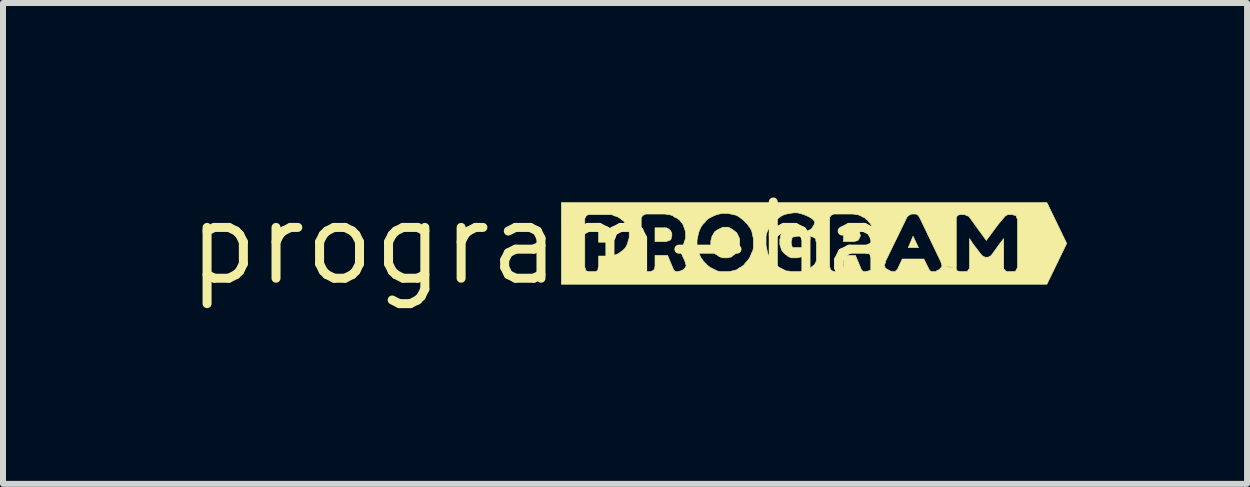
<source format=kicad_pcb>
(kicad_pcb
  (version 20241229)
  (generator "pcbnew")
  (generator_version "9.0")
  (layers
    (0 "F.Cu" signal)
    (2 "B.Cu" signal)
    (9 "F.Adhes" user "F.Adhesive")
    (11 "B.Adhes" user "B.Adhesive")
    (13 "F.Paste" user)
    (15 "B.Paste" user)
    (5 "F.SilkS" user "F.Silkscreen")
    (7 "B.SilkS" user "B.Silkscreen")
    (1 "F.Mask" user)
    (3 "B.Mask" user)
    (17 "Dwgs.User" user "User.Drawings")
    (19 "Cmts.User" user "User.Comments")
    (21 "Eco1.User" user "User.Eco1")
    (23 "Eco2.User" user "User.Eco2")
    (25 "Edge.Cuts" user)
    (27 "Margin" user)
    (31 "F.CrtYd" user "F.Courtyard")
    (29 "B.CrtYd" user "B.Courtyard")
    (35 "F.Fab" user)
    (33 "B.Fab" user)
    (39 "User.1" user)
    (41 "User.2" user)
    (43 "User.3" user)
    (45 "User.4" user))
  (footprint "program-ha"
    (layer "F.Cu")
    (at 5.964 1.006)
    (property "Reference" "program-ha" (at 0 0 0) (layer "F.SilkS") (effects (font (size 1.27 1.27) (thickness 0.15))))
    (attr board_only exclude_from_pos_files exclude_from_bom)
    (fp_poly (pts (xy 6.2 -0.12) (xy 6.12 0.07) (xy 6.29 0.07) (xy 6.2 -0.12)) (stroke (width 0.01) (type solid)) (fill yes) (layer "F.SilkS"))
    (fp_poly (pts (xy 1.17 -0.02) (xy 1.2 -0.05) (xy 1.22 -0.06) (xy 1.23 -0.08) (xy 1.24 -0.1) (xy 1.24 -0.13) (xy 1.24 -0.16) (xy 1.23 -0.19) (xy 1.21 -0.21) (xy 1.2 -0.22) (xy 1.18 -0.24) (xy 1.16 -0.24) (xy 1.14 -0.25) (xy 1.13 -0.25) (xy 0.96 -0.25) (xy 0.96 -0.02) (xy 1.16 -0.02) (xy 1.17 -0.02)) (stroke (width 0.01) (type solid)) (fill yes) (layer "F.SilkS"))
    (fp_poly (pts (xy 1.9 -0.03) (xy 2.08 -0.03) (xy 2.11 -0.04) (xy 2.14 -0.05) (xy 2.16 -0.06) (xy 2.17 -0.08) (xy 2.17 -0.1) (xy 2.18 -0.12) (xy 2.18 -0.14) (xy 2.18 -0.17) (xy 2.17 -0.19) (xy 2.16 -0.21) (xy 2.15 -0.22) (xy 2.13 -0.24) (xy 2.11 -0.25) (xy 2.09 -0.26) (xy 2.07 -0.26) (xy 1.9 -0.26) (xy 1.9 -0.03)) (stroke (width 0.01) (type solid)) (fill yes) (layer "F.SilkS"))
    (fp_poly (pts (xy 5.04 -0.03) (xy 5.21 -0.03) (xy 5.25 -0.04) (xy 5.28 -0.05) (xy 5.29 -0.06) (xy 5.3 -0.08) (xy 5.31 -0.1) (xy 5.32 -0.12) (xy 5.32 -0.14) (xy 5.31 -0.17) (xy 5.31 -0.19) (xy 5.3 -0.21) (xy 5.28 -0.22) (xy 5.26 -0.24) (xy 5.24 -0.25) (xy 5.22 -0.26) (xy 5.2 -0.26) (xy 5.04 -0.26) (xy 5.04 -0.03)) (stroke (width 0.01) (type solid)) (fill yes) (layer "F.SilkS"))
    (fp_poly (pts (xy 2.83 0.1) (xy 2.91 0.18) (xy 2.93 0.19) (xy 2.97 0.22) (xy 3 0.23) (xy 3.03 0.24) (xy 3.05 0.24) (xy 3.07 0.24) (xy 3.09 0.24) (xy 3.12 0.24) (xy 3.14 0.23) (xy 3.16 0.23) (xy 3.18 0.22) (xy 3.2 0.2) (xy 3.22 0.19) (xy 3.24 0.17) (xy 3.26 0.15) (xy 3.27 0.13) (xy 3.29 0.11) (xy 3.29 0.09) (xy 3.3 0.07) (xy 3.31 0.04) (xy 3.31 0.02) (xy 3.31 -0.01) (xy 3.31 -0.04) (xy 3.31 -0.07) (xy 3.3 -0.1) (xy 3.29 -0.12) (xy 3.28 -0.14) (xy 3.27 -0.16) (xy 3.26 -0.18) (xy 3.22 -0.21) (xy 3.18 -0.24) (xy 3.16 -0.25) (xy 3.14 -0.26) (xy 3.12 -0.27) (xy 3.1 -0.27) (xy 3.07 -0.27) (xy 3.05 -0.27) (xy 3.03 -0.27) (xy 3.01 -0.26) (xy 2.99 -0.25) (xy 2.97 -0.24) (xy 2.93 -0.22) (xy 2.89 -0.19) (xy 2.87 -0.15) (xy 2.85 -0.12) (xy 2.84 -0.08) (xy 2.83 -0.04) (xy 2.83 0.1)) (stroke (width 0.01) (type solid)) (fill yes) (layer "F.SilkS"))
    (fp_poly (pts (xy 0.68 -0.68) (xy 0.34 -0.68) (xy 0.34 0.68) (xy 8.43 0.68) (xy 8.76 0) (xy 8.43 -0.68) (xy 0.68 -0.68) (xy 0.77 -0.47) (xy 0.79 -0.48) (xy 0.81 -0.48) (xy 0.84 -0.48) (xy 1.14 -0.48) (xy 1.18 -0.48) (xy 1.22 -0.46) (xy 1.26 -0.45) (xy 1.3 -0.43) (xy 1.34 -0.4) (xy 1.38 -0.37) (xy 1.4 -0.34) (xy 1.42 -0.31) (xy 1.67 -0.42) (xy 1.67 -0.43) (xy 1.68 -0.44) (xy 1.69 -0.46) (xy 1.7 -0.47) (xy 1.71 -0.47) (xy 1.72 -0.48) (xy 1.75 -0.49) (xy 1.77 -0.49) (xy 2.07 -0.49) (xy 2.11 -0.48) (xy 2.14 -0.48) (xy 2.17 -0.47) (xy 2.2 -0.46) (xy 2.22 -0.44) (xy 2.25 -0.43) (xy 2.28 -0.41) (xy 2.31 -0.39) (xy 2.33 -0.36) (xy 2.35 -0.34) (xy 2.37 -0.31) (xy 2.38 -0.28) (xy 2.39 -0.25) (xy 2.4 -0.22) (xy 2.41 -0.19) (xy 2.41 -0.16) (xy 2.41 -0.13) (xy 2.41 -0.09) (xy 2.6 -0.05) (xy 2.61 -0.1) (xy 2.62 -0.15) (xy 2.63 -0.19) (xy 2.65 -0.24) (xy 2.67 -0.28) (xy 2.7 -0.32) (xy 2.73 -0.35) (xy 2.76 -0.39) (xy 2.8 -0.42) (xy 2.84 -0.44) (xy 2.88 -0.46) (xy 2.93 -0.48) (xy 2.97 -0.49) (xy 3.02 -0.5) (xy 3.07 -0.5) (xy 3.12 -0.5) (xy 3.16 -0.49) (xy 3.21 -0.48) (xy 3.25 -0.47) (xy 3.29 -0.45) (xy 3.33 -0.42) (xy 3.37 -0.39) (xy 3.4 -0.36) (xy 3.44 -0.32) (xy 3.46 -0.29) (xy 3.49 -0.25) (xy 3.51 -0.21) (xy 3.52 -0.17) (xy 3.53 -0.12) (xy 3.54 -0.08) (xy 3.54 -0.03) (xy 3.75 -0.02) (xy 3.75 -0.07) (xy 3.75 -0.12) (xy 3.76 -0.17) (xy 3.78 -0.22) (xy 3.81 -0.27) (xy 3.84 -0.32) (xy 3.88 -0.36) (xy 3.93 -0.4) (xy 3.98 -0.44) (xy 4.03 -0.47) (xy 4.09 -0.49) (xy 4.15 -0.5) (xy 4.21 -0.51) (xy 4.27 -0.51) (xy 4.32 -0.5) (xy 4.38 -0.48) (xy 4.43 -0.46) (xy 4.49 -0.43) (xy 4.52 -0.41) (xy 4.53 -0.4) (xy 4.55 -0.38) (xy 4.56 -0.36) (xy 4.56 -0.34) (xy 4.55 -0.31) (xy 4.53 -0.28) (xy 4.52 -0.26) (xy 4.49 -0.23) (xy 4.46 -0.22) (xy 4.45 -0.21) (xy 4.44 -0.21) (xy 4.42 -0.21) (xy 4.39 -0.23) (xy 4.33 -0.26) (xy 4.31 -0.27) (xy 4.29 -0.27) (xy 4.24 -0.28) (xy 4.19 -0.28) (xy 4.16 -0.27) (xy 4.13 -0.26) (xy 4.11 -0.25) (xy 4.08 -0.24) (xy 4.06 -0.22) (xy 4.04 -0.2) (xy 4.02 -0.18) (xy 4.01 -0.16) (xy 3.99 -0.13) (xy 3.99 -0.1) (xy 3.98 -0.07) (xy 3.98 -0.04) (xy 3.98 -0.01) (xy 3.98 0.02) (xy 3.99 0.05) (xy 4 0.08) (xy 4.01 0.11) (xy 4.03 0.14) (xy 4.05 0.16) (xy 4.07 0.18) (xy 4.1 0.2) (xy 4.12 0.22) (xy 4.15 0.23) (xy 4.17 0.24) (xy 4.22 0.24) (xy 4.27 0.24) (xy 4.31 0.23) (xy 4.36 0.22) (xy 4.36 0.07) (xy 4.25 0.07) (xy 4.22 0.07) (xy 4.2 0.07) (xy 4.19 0.06) (xy 4.18 0.05) (xy 4.18 0.04) (xy 4.17 0.01) (xy 4.17 -0.04) (xy 4.18 -0.06) (xy 4.18 -0.09) (xy 4.19 -0.1) (xy 4.21 -0.11) (xy 4.23 -0.11) (xy 4.26 -0.12) (xy 4.49 -0.12) (xy 4.52 -0.11) (xy 4.54 -0.1) (xy 4.55 -0.1) (xy 4.57 -0.08) (xy 4.58 -0.07) (xy 4.58 -0.06) (xy 4.58 -0.04) (xy 4.59 -0.02) (xy 4.59 0.29) (xy 4.58 0.31) (xy 4.81 0.36) (xy 4.81 -0.42) (xy 4.81 -0.43) (xy 4.81 -0.44) (xy 4.83 -0.46) (xy 4.83 -0.47) (xy 4.84 -0.47) (xy 4.86 -0.48) (xy 4.88 -0.49) (xy 4.91 -0.49) (xy 5.2 -0.49) (xy 5.25 -0.48) (xy 5.28 -0.48) (xy 5.3 -0.47) (xy 5.33 -0.46) (xy 5.36 -0.44) (xy 5.39 -0.43) (xy 5.41 -0.41) (xy 5.44 -0.39) (xy 5.46 -0.36) (xy 5.48 -0.34) (xy 5.5 -0.31) (xy 5.52 -0.28) (xy 5.53 -0.25) (xy 5.54 -0.22) (xy 5.54 -0.19) (xy 5.55 -0.16) (xy 5.55 -0.13) (xy 5.54 -0.09) (xy 5.54 -0.06) (xy 5.53 -0.03) (xy 5.52 0) (xy 5.5 0.03) (xy 5.49 0.05) (xy 5.47 0.08) (xy 5.45 0.1) (xy 5.48 0.19) (xy 5.53 0.3) (xy 5.55 0.34) (xy 5.55 0.37) (xy 5.72 0.37) (xy 5.72 0.36) (xy 5.74 0.32) (xy 5.74 0.3) (xy 6.1 -0.44) (xy 6.12 -0.46) (xy 6.15 -0.48) (xy 6.18 -0.49) (xy 6.21 -0.49) (xy 6.24 -0.49) (xy 6.27 -0.48) (xy 6.29 -0.46) (xy 6.31 -0.43) (xy 6.66 0.3) (xy 6.67 0.33) (xy 6.68 0.36) (xy 6.68 0.38) (xy 6.92 0.4) (xy 6.92 -0.41) (xy 6.92 -0.42) (xy 6.92 -0.43) (xy 6.93 -0.45) (xy 6.94 -0.46) (xy 6.95 -0.47) (xy 6.98 -0.48) (xy 7 -0.48) (xy 7.04 -0.48) (xy 7.06 -0.48) (xy 7.08 -0.47) (xy 7.13 -0.45) (xy 7.42 -0.05) (xy 7.62 -0.32) (xy 7.73 -0.45) (xy 7.74 -0.46) (xy 7.76 -0.47) (xy 7.78 -0.48) (xy 7.82 -0.48) (xy 7.86 -0.48) (xy 7.88 -0.47) (xy 7.9 -0.47) (xy 7.92 -0.46) (xy 7.92 -0.44) (xy 7.93 -0.42) (xy 7.94 -0.41) (xy 7.94 0.36) (xy 7.94 0.4) (xy 7.93 0.42) (xy 7.92 0.44) (xy 7.91 0.46) (xy 7.89 0.47) (xy 7.87 0.47) (xy 7.83 0.47) (xy 7.79 0.47) (xy 7.76 0.47) (xy 7.74 0.46) (xy 7.73 0.44) (xy 7.71 0.43) (xy 7.71 0.4) (xy 7.71 0.37) (xy 7.71 -0.08) (xy 7.64 0.01) (xy 7.51 0.19) (xy 7.49 0.21) (xy 7.47 0.22) (xy 7.45 0.23) (xy 7.43 0.23) (xy 7.4 0.23) (xy 7.38 0.22) (xy 7.36 0.21) (xy 7.34 0.19) (xy 7.33 0.18) (xy 7.2 0.01) (xy 7.14 -0.08) (xy 7.14 0.41) (xy 7.14 0.42) (xy 7.12 0.44) (xy 7.11 0.46) (xy 7.09 0.47) (xy 7.06 0.47) (xy 7.02 0.47) (xy 6.98 0.47) (xy 6.95 0.46) (xy 6.94 0.46) (xy 6.93 0.45) (xy 6.92 0.43) (xy 6.92 0.41) (xy 6.68 0.38) (xy 6.67 0.4) (xy 6.66 0.41) (xy 6.64 0.43) (xy 6.63 0.44) (xy 6.6 0.45) (xy 6.58 0.47) (xy 6.55 0.47) (xy 6.53 0.47) (xy 6.52 0.47) (xy 6.5 0.47) (xy 6.49 0.46) (xy 6.48 0.45) (xy 6.47 0.44) (xy 6.45 0.4) (xy 6.38 0.26) (xy 6.02 0.26) (xy 5.94 0.43) (xy 5.93 0.44) (xy 5.91 0.46) (xy 5.9 0.47) (xy 5.88 0.47) (xy 5.87 0.47) (xy 5.86 0.47) (xy 5.82 0.46) (xy 5.77 0.43) (xy 5.75 0.42) (xy 5.74 0.41) (xy 5.73 0.4) (xy 5.73 0.38) (xy 5.72 0.37) (xy 5.55 0.37) (xy 5.55 0.39) (xy 5.54 0.41) (xy 5.52 0.42) (xy 5.51 0.44) (xy 5.45 0.46) (xy 5.42 0.47) (xy 5.4 0.47) (xy 5.39 0.47) (xy 5.38 0.47) (xy 5.36 0.46) (xy 5.35 0.45) (xy 5.34 0.44) (xy 5.24 0.2) (xy 5.04 0.2) (xy 5.04 0.38) (xy 5.03 0.42) (xy 5.03 0.43) (xy 5.02 0.44) (xy 5.01 0.45) (xy 4.98 0.46) (xy 4.96 0.47) (xy 4.92 0.47) (xy 4.89 0.47) (xy 4.86 0.46) (xy 4.84 0.45) (xy 4.83 0.44) (xy 4.82 0.43) (xy 4.82 0.42) (xy 4.81 0.39) (xy 4.81 0.36) (xy 4.58 0.31) (xy 4.57 0.33) (xy 4.56 0.35) (xy 4.54 0.37) (xy 4.51 0.39) (xy 4.49 0.41) (xy 4.46 0.43) (xy 4.43 0.44) (xy 4.4 0.45) (xy 4.36 0.46) (xy 4.32 0.47) (xy 4.28 0.47) (xy 4.24 0.47) (xy 4.2 0.47) (xy 4.16 0.47) (xy 4.13 0.46) (xy 4.09 0.46) (xy 4.05 0.44) (xy 4.01 0.42) (xy 3.97 0.4) (xy 3.93 0.37) (xy 3.89 0.33) (xy 3.86 0.29) (xy 3.83 0.25) (xy 3.8 0.21) (xy 3.78 0.17) (xy 3.77 0.13) (xy 3.76 0.08) (xy 3.75 0.03) (xy 3.75 -0.02) (xy 3.54 -0.03) (xy 3.54 0.02) (xy 3.54 0.07) (xy 3.53 0.12) (xy 3.51 0.16) (xy 3.49 0.21) (xy 3.47 0.25) (xy 3.44 0.29) (xy 3.41 0.32) (xy 3.38 0.36) (xy 3.34 0.39) (xy 3.3 0.41) (xy 3.26 0.44) (xy 3.22 0.45) (xy 3.18 0.46) (xy 3.13 0.47) (xy 3.08 0.47) (xy 3.03 0.47) (xy 2.99 0.47) (xy 2.94 0.46) (xy 2.9 0.44) (xy 2.86 0.42) (xy 2.82 0.4) (xy 2.78 0.37) (xy 2.75 0.34) (xy 2.71 0.3) (xy 2.69 0.27) (xy 2.66 0.23) (xy 2.64 0.18) (xy 2.62 0.14) (xy 2.61 0.1) (xy 2.6 0.05) (xy 2.6 0) (xy 2.6 -0.05) (xy 2.41 -0.09) (xy 2.4 -0.06) (xy 2.39 -0.03) (xy 2.38 0) (xy 2.37 0.03) (xy 2.35 0.05) (xy 2.33 0.08) (xy 2.31 0.1) (xy 2.35 0.19) (xy 2.4 0.3) (xy 2.41 0.34) (xy 2.42 0.37) (xy 2.41 0.39) (xy 2.4 0.41) (xy 2.39 0.42) (xy 2.37 0.44) (xy 2.32 0.46) (xy 2.28 0.47) (xy 2.27 0.47) (xy 2.25 0.47) (xy 2.24 0.47) (xy 2.23 0.46) (xy 2.22 0.45) (xy 2.21 0.44) (xy 2.11 0.2) (xy 1.9 0.2) (xy 1.9 0.38) (xy 1.89 0.42) (xy 1.89 0.43) (xy 1.88 0.44) (xy 1.87 0.45) (xy 1.85 0.46) (xy 1.82 0.47) (xy 1.79 0.47) (xy 1.75 0.47) (xy 1.73 0.46) (xy 1.71 0.45) (xy 1.69 0.44) (xy 1.68 0.43) (xy 1.68 0.42) (xy 1.67 0.39) (xy 1.67 0.36) (xy 1.67 -0.42) (xy 1.42 -0.31) (xy 1.47 -0.22) (xy 1.47 -0.1) (xy 1.46 -0.06) (xy 1.45 -0.03) (xy 1.44 0.01) (xy 1.42 0.05) (xy 1.4 0.08) (xy 1.37 0.11) (xy 1.33 0.14) (xy 1.29 0.17) (xy 1.24 0.19) (xy 1.2 0.2) (xy 1.17 0.21) (xy 1.14 0.21) (xy 0.96 0.21) (xy 0.96 0.38) (xy 0.95 0.42) (xy 0.95 0.44) (xy 0.94 0.45) (xy 0.93 0.46) (xy 0.91 0.47) (xy 0.88 0.47) (xy 0.85 0.47) (xy 0.81 0.47) (xy 0.79 0.47) (xy 0.76 0.46) (xy 0.75 0.45) (xy 0.74 0.44) (xy 0.74 0.42) (xy 0.73 0.4) (xy 0.73 0.37) (xy 0.73 -0.41) (xy 0.73 -0.42) (xy 0.74 -0.43) (xy 0.75 -0.45) (xy 0.75 -0.46) (xy 0.77 -0.47) (xy 0.68 -0.68)) (stroke (width 0.01) (type solid)) (fill yes) (layer "F.SilkS")))
  (gr_rect
    (start -3 -3)
    (end 17.729 5.012)
    (stroke (width 0.1) (type default))
    (fill no)
    (layer "Edge.Cuts")))
</source>
